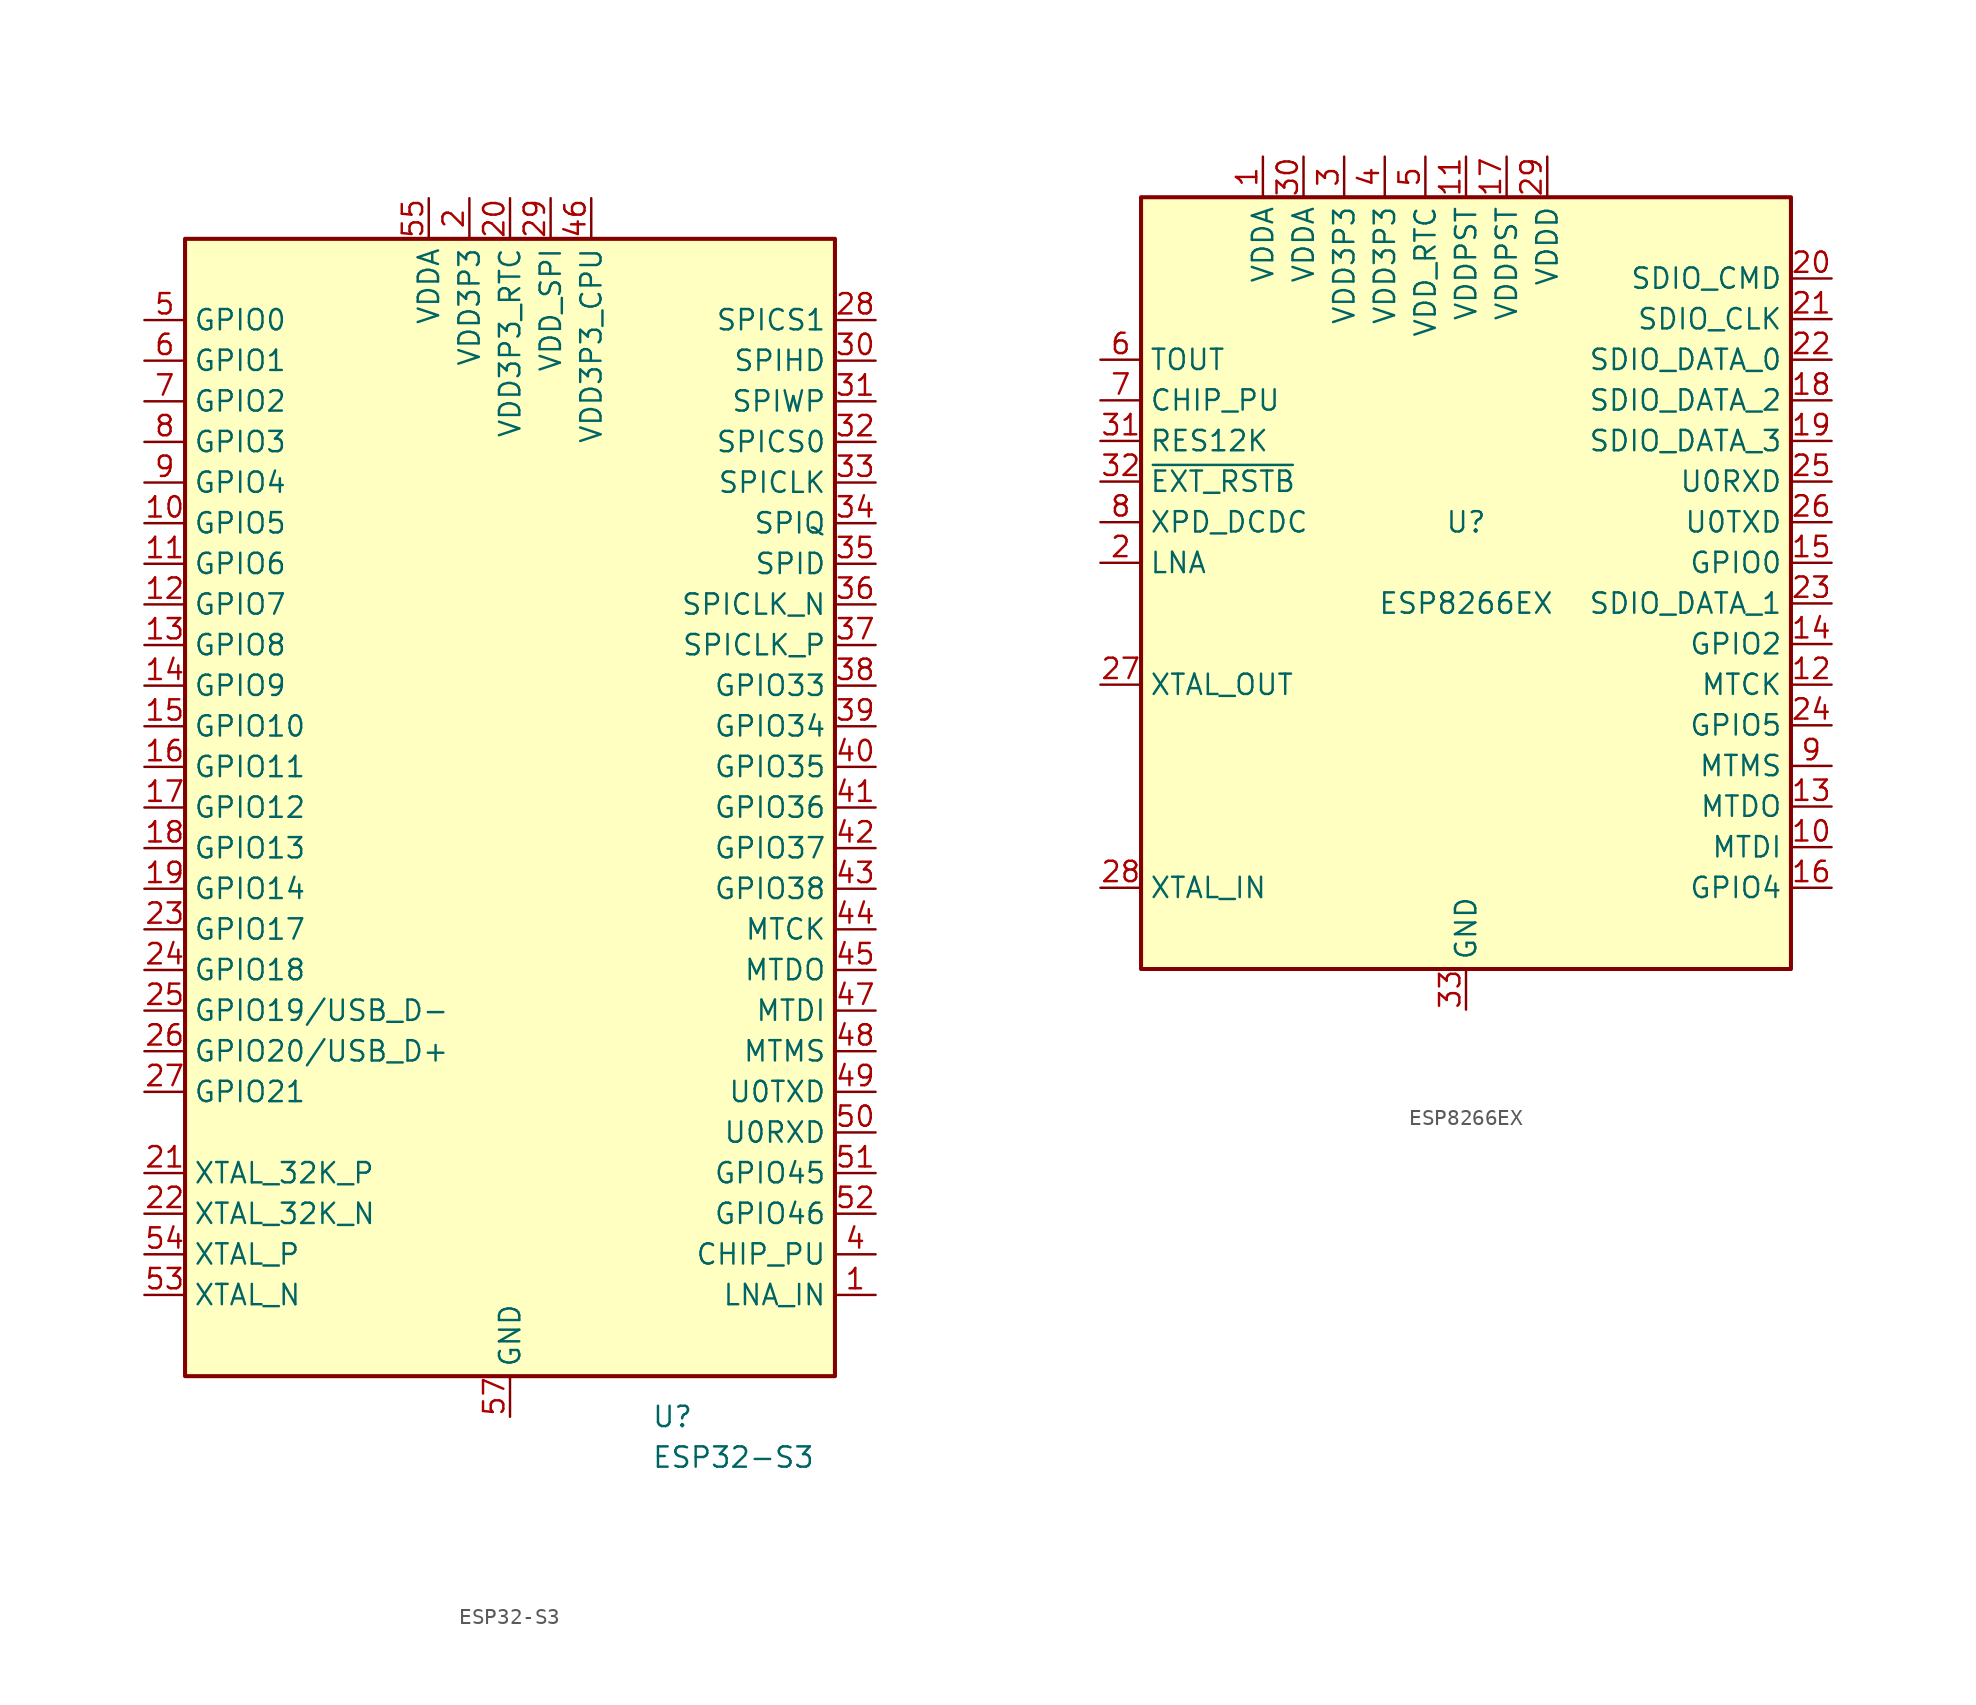
<source format=kicad_sym>
(kicad_symbol_lib
  (version 20231120)
  (generator "kicad_symbol_editor")
  (generator_version "8.0")
  (symbol "ESP32-S3"
    (property "Reference" "U"
      (at 10.16 -38.1 0)
      (effects (font (size 1.27 1.27))))
    (property "Value" "ESP32-S3"
      (at 13.97 -40.64 0)
      (effects (font (size 1.27 1.27))))
    (symbol "ESP32-S3_0_1"
      (rectangle (start -20.32 35.56) (end 20.32 -35.56) (stroke (width 0.254) (type default)) (fill (type background))))
    (symbol "ESP32-S3_1_0"
      (pin bidirectional line (at 22.86 12.7 180) (length 2.54) (name "SPICLK_N" (effects (font (size 1.27 1.27)))) (number "36" (effects (font (size 1.27 1.27)))))
      (pin bidirectional line (at 22.86 -10.16 180) (length 2.54) (name "MTDO" (effects (font (size 1.27 1.27)))) (number "45" (effects (font (size 1.27 1.27)))))
      (pin bidirectional line (at 22.86 -22.86 180) (length 2.54) (name "GPIO45" (effects (font (size 1.27 1.27)))) (number "51" (effects (font (size 1.27 1.27)))))
      (pin passive line (at -5.08 38.1 270) (length 2.54) hide (name "VDDA" (effects (font (size 1.27 1.27)))) (number "56" (effects (font (size 1.27 1.27))))))
    (symbol "ESP32-S3_1_1"
      (pin bidirectional line (at 22.86 -30.48 180) (length 2.54) (name "LNA_IN" (effects (font (size 1.27 1.27)))) (number "1" (effects (font (size 1.27 1.27)))))
      (pin bidirectional line (at -22.86 17.78 0) (length 2.54) (name "GPIO5" (effects (font (size 1.27 1.27)))) (number "10" (effects (font (size 1.27 1.27)))))
      (pin bidirectional line (at -22.86 15.24 0) (length 2.54) (name "GPIO6" (effects (font (size 1.27 1.27)))) (number "11" (effects (font (size 1.27 1.27)))))
      (pin bidirectional line (at -22.86 12.7 0) (length 2.54) (name "GPIO7" (effects (font (size 1.27 1.27)))) (number "12" (effects (font (size 1.27 1.27)))))
      (pin bidirectional line (at -22.86 10.16 0) (length 2.54) (name "GPIO8" (effects (font (size 1.27 1.27)))) (number "13" (effects (font (size 1.27 1.27)))))
      (pin bidirectional line (at -22.86 7.62 0) (length 2.54) (name "GPIO9" (effects (font (size 1.27 1.27)))) (number "14" (effects (font (size 1.27 1.27)))))
      (pin bidirectional line (at -22.86 5.08 0) (length 2.54) (name "GPIO10" (effects (font (size 1.27 1.27)))) (number "15" (effects (font (size 1.27 1.27)))))
      (pin bidirectional line (at -22.86 2.54 0) (length 2.54) (name "GPIO11" (effects (font (size 1.27 1.27)))) (number "16" (effects (font (size 1.27 1.27)))))
      (pin bidirectional line (at -22.86 0 0) (length 2.54) (name "GPIO12" (effects (font (size 1.27 1.27)))) (number "17" (effects (font (size 1.27 1.27)))))
      (pin bidirectional line (at -22.86 -2.54 0) (length 2.54) (name "GPIO13" (effects (font (size 1.27 1.27)))) (number "18" (effects (font (size 1.27 1.27)))))
      (pin bidirectional line (at -22.86 -5.08 0) (length 2.54) (name "GPIO14" (effects (font (size 1.27 1.27)))) (number "19" (effects (font (size 1.27 1.27)))))
      (pin power_in line (at -2.54 38.1 270) (length 2.54) (name "VDD3P3" (effects (font (size 1.27 1.27)))) (number "2" (effects (font (size 1.27 1.27)))))
      (pin power_in line (at 0 38.1 270) (length 2.54) (name "VDD3P3_RTC" (effects (font (size 1.27 1.27)))) (number "20" (effects (font (size 1.27 1.27)))))
      (pin passive line (at -22.86 -22.86 0) (length 2.54) (name "XTAL_32K_P" (effects (font (size 1.27 1.27)))) (number "21" (effects (font (size 1.27 1.27)))))
      (pin passive line (at -22.86 -25.4 0) (length 2.54) (name "XTAL_32K_N" (effects (font (size 1.27 1.27)))) (number "22" (effects (font (size 1.27 1.27)))))
      (pin bidirectional line (at -22.86 -7.62 0) (length 2.54) (name "GPIO17" (effects (font (size 1.27 1.27)))) (number "23" (effects (font (size 1.27 1.27)))))
      (pin bidirectional line (at -22.86 -10.16 0) (length 2.54) (name "GPIO18" (effects (font (size 1.27 1.27)))) (number "24" (effects (font (size 1.27 1.27)))))
      (pin bidirectional line (at -22.86 -12.7 0) (length 2.54) (name "GPIO19/USB_D-" (effects (font (size 1.27 1.27)))) (number "25" (effects (font (size 1.27 1.27)))))
      (pin bidirectional line (at -22.86 -15.24 0) (length 2.54) (name "GPIO20/USB_D+" (effects (font (size 1.27 1.27)))) (number "26" (effects (font (size 1.27 1.27)))))
      (pin bidirectional line (at -22.86 -17.78 0) (length 2.54) (name "GPIO21" (effects (font (size 1.27 1.27)))) (number "27" (effects (font (size 1.27 1.27)))))
      (pin bidirectional line (at 22.86 30.48 180) (length 2.54) (name "SPICS1" (effects (font (size 1.27 1.27)))) (number "28" (effects (font (size 1.27 1.27)))))
      (pin power_in line (at 2.54 38.1 270) (length 2.54) (name "VDD_SPI" (effects (font (size 1.27 1.27)))) (number "29" (effects (font (size 1.27 1.27)))))
      (pin passive line (at -2.54 38.1 270) (length 2.54) hide (name "VDD3P3" (effects (font (size 1.27 1.27)))) (number "3" (effects (font (size 1.27 1.27)))))
      (pin bidirectional line (at 22.86 27.94 180) (length 2.54) (name "SPIHD" (effects (font (size 1.27 1.27)))) (number "30" (effects (font (size 1.27 1.27)))))
      (pin bidirectional line (at 22.86 25.4 180) (length 2.54) (name "SPIWP" (effects (font (size 1.27 1.27)))) (number "31" (effects (font (size 1.27 1.27)))))
      (pin bidirectional line (at 22.86 22.86 180) (length 2.54) (name "SPICS0" (effects (font (size 1.27 1.27)))) (number "32" (effects (font (size 1.27 1.27)))))
      (pin bidirectional line (at 22.86 20.32 180) (length 2.54) (name "SPICLK" (effects (font (size 1.27 1.27)))) (number "33" (effects (font (size 1.27 1.27)))))
      (pin bidirectional line (at 22.86 17.78 180) (length 2.54) (name "SPIQ" (effects (font (size 1.27 1.27)))) (number "34" (effects (font (size 1.27 1.27)))))
      (pin bidirectional line (at 22.86 15.24 180) (length 2.54) (name "SPID" (effects (font (size 1.27 1.27)))) (number "35" (effects (font (size 1.27 1.27)))))
      (pin bidirectional line (at 22.86 10.16 180) (length 2.54) (name "SPICLK_P" (effects (font (size 1.27 1.27)))) (number "37" (effects (font (size 1.27 1.27)))))
      (pin bidirectional line (at 22.86 7.62 180) (length 2.54) (name "GPIO33" (effects (font (size 1.27 1.27)))) (number "38" (effects (font (size 1.27 1.27)))))
      (pin bidirectional line (at 22.86 5.08 180) (length 2.54) (name "GPIO34" (effects (font (size 1.27 1.27)))) (number "39" (effects (font (size 1.27 1.27)))))
      (pin input line (at 22.86 -27.94 180) (length 2.54) (name "CHIP_PU" (effects (font (size 1.27 1.27)))) (number "4" (effects (font (size 1.27 1.27)))))
      (pin bidirectional line (at 22.86 2.54 180) (length 2.54) (name "GPIO35" (effects (font (size 1.27 1.27)))) (number "40" (effects (font (size 1.27 1.27)))))
      (pin bidirectional line (at 22.86 0 180) (length 2.54) (name "GPIO36" (effects (font (size 1.27 1.27)))) (number "41" (effects (font (size 1.27 1.27)))))
      (pin bidirectional line (at 22.86 -2.54 180) (length 2.54) (name "GPIO37" (effects (font (size 1.27 1.27)))) (number "42" (effects (font (size 1.27 1.27)))))
      (pin bidirectional line (at 22.86 -5.08 180) (length 2.54) (name "GPIO38" (effects (font (size 1.27 1.27)))) (number "43" (effects (font (size 1.27 1.27)))))
      (pin bidirectional line (at 22.86 -7.62 180) (length 2.54) (name "MTCK" (effects (font (size 1.27 1.27)))) (number "44" (effects (font (size 1.27 1.27)))))
      (pin power_in line (at 5.08 38.1 270) (length 2.54) (name "VDD3P3_CPU" (effects (font (size 1.27 1.27)))) (number "46" (effects (font (size 1.27 1.27)))))
      (pin bidirectional line (at 22.86 -12.7 180) (length 2.54) (name "MTDI" (effects (font (size 1.27 1.27)))) (number "47" (effects (font (size 1.27 1.27)))))
      (pin bidirectional line (at 22.86 -15.24 180) (length 2.54) (name "MTMS" (effects (font (size 1.27 1.27)))) (number "48" (effects (font (size 1.27 1.27)))))
      (pin bidirectional line (at 22.86 -17.78 180) (length 2.54) (name "U0TXD" (effects (font (size 1.27 1.27)))) (number "49" (effects (font (size 1.27 1.27)))))
      (pin bidirectional line (at -22.86 30.48 0) (length 2.54) (name "GPIO0" (effects (font (size 1.27 1.27)))) (number "5" (effects (font (size 1.27 1.27)))))
      (pin bidirectional line (at 22.86 -20.32 180) (length 2.54) (name "U0RXD" (effects (font (size 1.27 1.27)))) (number "50" (effects (font (size 1.27 1.27)))))
      (pin bidirectional line (at 22.86 -25.4 180) (length 2.54) (name "GPIO46" (effects (font (size 1.27 1.27)))) (number "52" (effects (font (size 1.27 1.27)))))
      (pin output line (at -22.86 -30.48 0) (length 2.54) (name "XTAL_N" (effects (font (size 1.27 1.27)))) (number "53" (effects (font (size 1.27 1.27)))))
      (pin input line (at -22.86 -27.94 0) (length 2.54) (name "XTAL_P" (effects (font (size 1.27 1.27)))) (number "54" (effects (font (size 1.27 1.27)))))
      (pin power_in line (at -5.08 38.1 270) (length 2.54) (name "VDDA" (effects (font (size 1.27 1.27)))) (number "55" (effects (font (size 1.27 1.27)))))
      (pin power_in line (at 0 -38.1 90) (length 2.54) (name "GND" (effects (font (size 1.27 1.27)))) (number "57" (effects (font (size 1.27 1.27)))))
      (pin bidirectional line (at -22.86 27.94 0) (length 2.54) (name "GPIO1" (effects (font (size 1.27 1.27)))) (number "6" (effects (font (size 1.27 1.27)))))
      (pin bidirectional line (at -22.86 25.4 0) (length 2.54) (name "GPIO2" (effects (font (size 1.27 1.27)))) (number "7" (effects (font (size 1.27 1.27)))))
      (pin bidirectional line (at -22.86 22.86 0) (length 2.54) (name "GPIO3" (effects (font (size 1.27 1.27)))) (number "8" (effects (font (size 1.27 1.27)))))
      (pin bidirectional line (at -22.86 20.32 0) (length 2.54) (name "GPIO4" (effects (font (size 1.27 1.27)))) (number "9" (effects (font (size 1.27 1.27)))))))
  (symbol "ESP8266EX"
    (property "Reference" "U"
      (at 0 2.54 0)
      (effects (font (size 1.27 1.27))))
    (property "Value" "ESP8266EX"
      (at 0 -2.54 0)
      (effects (font (size 1.27 1.27))))
    (symbol "ESP8266EX_0_1"
      (rectangle (start -20.32 22.86) (end 20.32 -25.4) (stroke (width 0.254) (type default)) (fill (type background))))
    (symbol "ESP8266EX_1_1"
      (pin power_in line (at -12.7 25.4 270) (length 2.54) (name "VDDA" (effects (font (size 1.27 1.27)))) (number "1" (effects (font (size 1.27 1.27)))))
      (pin bidirectional line (at 22.86 -17.78 180) (length 2.54) (name "MTDI" (effects (font (size 1.27 1.27)))) (number "10" (effects (font (size 1.27 1.27)))))
      (pin power_in line (at 0 25.4 270) (length 2.54) (name "VDDPST" (effects (font (size 1.27 1.27)))) (number "11" (effects (font (size 1.27 1.27)))))
      (pin bidirectional line (at 22.86 -7.62 180) (length 2.54) (name "MTCK" (effects (font (size 1.27 1.27)))) (number "12" (effects (font (size 1.27 1.27)))))
      (pin bidirectional line (at 22.86 -15.24 180) (length 2.54) (name "MTDO" (effects (font (size 1.27 1.27)))) (number "13" (effects (font (size 1.27 1.27)))))
      (pin bidirectional line (at 22.86 -5.08 180) (length 2.54) (name "GPIO2" (effects (font (size 1.27 1.27)))) (number "14" (effects (font (size 1.27 1.27)))))
      (pin bidirectional line (at 22.86 0 180) (length 2.54) (name "GPIO0" (effects (font (size 1.27 1.27)))) (number "15" (effects (font (size 1.27 1.27)))))
      (pin bidirectional line (at 22.86 -20.32 180) (length 2.54) (name "GPIO4" (effects (font (size 1.27 1.27)))) (number "16" (effects (font (size 1.27 1.27)))))
      (pin power_in line (at 2.54 25.4 270) (length 2.54) (name "VDDPST" (effects (font (size 1.27 1.27)))) (number "17" (effects (font (size 1.27 1.27)))))
      (pin bidirectional line (at 22.86 10.16 180) (length 2.54) (name "SDIO_DATA_2" (effects (font (size 1.27 1.27)))) (number "18" (effects (font (size 1.27 1.27)))))
      (pin bidirectional line (at 22.86 7.62 180) (length 2.54) (name "SDIO_DATA_3" (effects (font (size 1.27 1.27)))) (number "19" (effects (font (size 1.27 1.27)))))
      (pin bidirectional line (at -22.86 0 0) (length 2.54) (name "LNA" (effects (font (size 1.27 1.27)))) (number "2" (effects (font (size 1.27 1.27)))))
      (pin bidirectional line (at 22.86 17.78 180) (length 2.54) (name "SDIO_CMD" (effects (font (size 1.27 1.27)))) (number "20" (effects (font (size 1.27 1.27)))))
      (pin bidirectional line (at 22.86 15.24 180) (length 2.54) (name "SDIO_CLK" (effects (font (size 1.27 1.27)))) (number "21" (effects (font (size 1.27 1.27)))))
      (pin bidirectional line (at 22.86 12.7 180) (length 2.54) (name "SDIO_DATA_0" (effects (font (size 1.27 1.27)))) (number "22" (effects (font (size 1.27 1.27)))))
      (pin bidirectional line (at 22.86 -2.54 180) (length 2.54) (name "SDIO_DATA_1" (effects (font (size 1.27 1.27)))) (number "23" (effects (font (size 1.27 1.27)))))
      (pin bidirectional line (at 22.86 -10.16 180) (length 2.54) (name "GPIO5" (effects (font (size 1.27 1.27)))) (number "24" (effects (font (size 1.27 1.27)))))
      (pin bidirectional line (at 22.86 5.08 180) (length 2.54) (name "U0RXD" (effects (font (size 1.27 1.27)))) (number "25" (effects (font (size 1.27 1.27)))))
      (pin bidirectional line (at 22.86 2.54 180) (length 2.54) (name "U0TXD" (effects (font (size 1.27 1.27)))) (number "26" (effects (font (size 1.27 1.27)))))
      (pin bidirectional line (at -22.86 -7.62 0) (length 2.54) (name "XTAL_OUT" (effects (font (size 1.27 1.27)))) (number "27" (effects (font (size 1.27 1.27)))))
      (pin bidirectional line (at -22.86 -20.32 0) (length 2.54) (name "XTAL_IN" (effects (font (size 1.27 1.27)))) (number "28" (effects (font (size 1.27 1.27)))))
      (pin power_in line (at 5.08 25.4 270) (length 2.54) (name "VDDD" (effects (font (size 1.27 1.27)))) (number "29" (effects (font (size 1.27 1.27)))))
      (pin power_in line (at -7.62 25.4 270) (length 2.54) (name "VDD3P3" (effects (font (size 1.27 1.27)))) (number "3" (effects (font (size 1.27 1.27)))))
      (pin power_in line (at -10.16 25.4 270) (length 2.54) (name "VDDA" (effects (font (size 1.27 1.27)))) (number "30" (effects (font (size 1.27 1.27)))))
      (pin input line (at -22.86 7.62 0) (length 2.54) (name "RES12K" (effects (font (size 1.27 1.27)))) (number "31" (effects (font (size 1.27 1.27)))))
      (pin input line (at -22.86 5.08 0) (length 2.54) (name "~{EXT_RSTB}" (effects (font (size 1.27 1.27)))) (number "32" (effects (font (size 1.27 1.27)))))
      (pin power_in line (at 0 -27.94 90) (length 2.54) (name "GND" (effects (font (size 1.27 1.27)))) (number "33" (effects (font (size 1.27 1.27)))))
      (pin power_in line (at -5.08 25.4 270) (length 2.54) (name "VDD3P3" (effects (font (size 1.27 1.27)))) (number "4" (effects (font (size 1.27 1.27)))))
      (pin power_in line (at -2.54 25.4 270) (length 2.54) (name "VDD_RTC" (effects (font (size 1.27 1.27)))) (number "5" (effects (font (size 1.27 1.27)))))
      (pin input line (at -22.86 12.7 0) (length 2.54) (name "TOUT" (effects (font (size 1.27 1.27)))) (number "6" (effects (font (size 1.27 1.27)))))
      (pin input line (at -22.86 10.16 0) (length 2.54) (name "CHIP_PU" (effects (font (size 1.27 1.27)))) (number "7" (effects (font (size 1.27 1.27)))))
      (pin bidirectional line (at -22.86 2.54 0) (length 2.54) (name "XPD_DCDC" (effects (font (size 1.27 1.27)))) (number "8" (effects (font (size 1.27 1.27)))))
      (pin bidirectional line (at 22.86 -12.7 180) (length 2.54) (name "MTMS" (effects (font (size 1.27 1.27)))) (number "9" (effects (font (size 1.27 1.27))))))))
</source>
